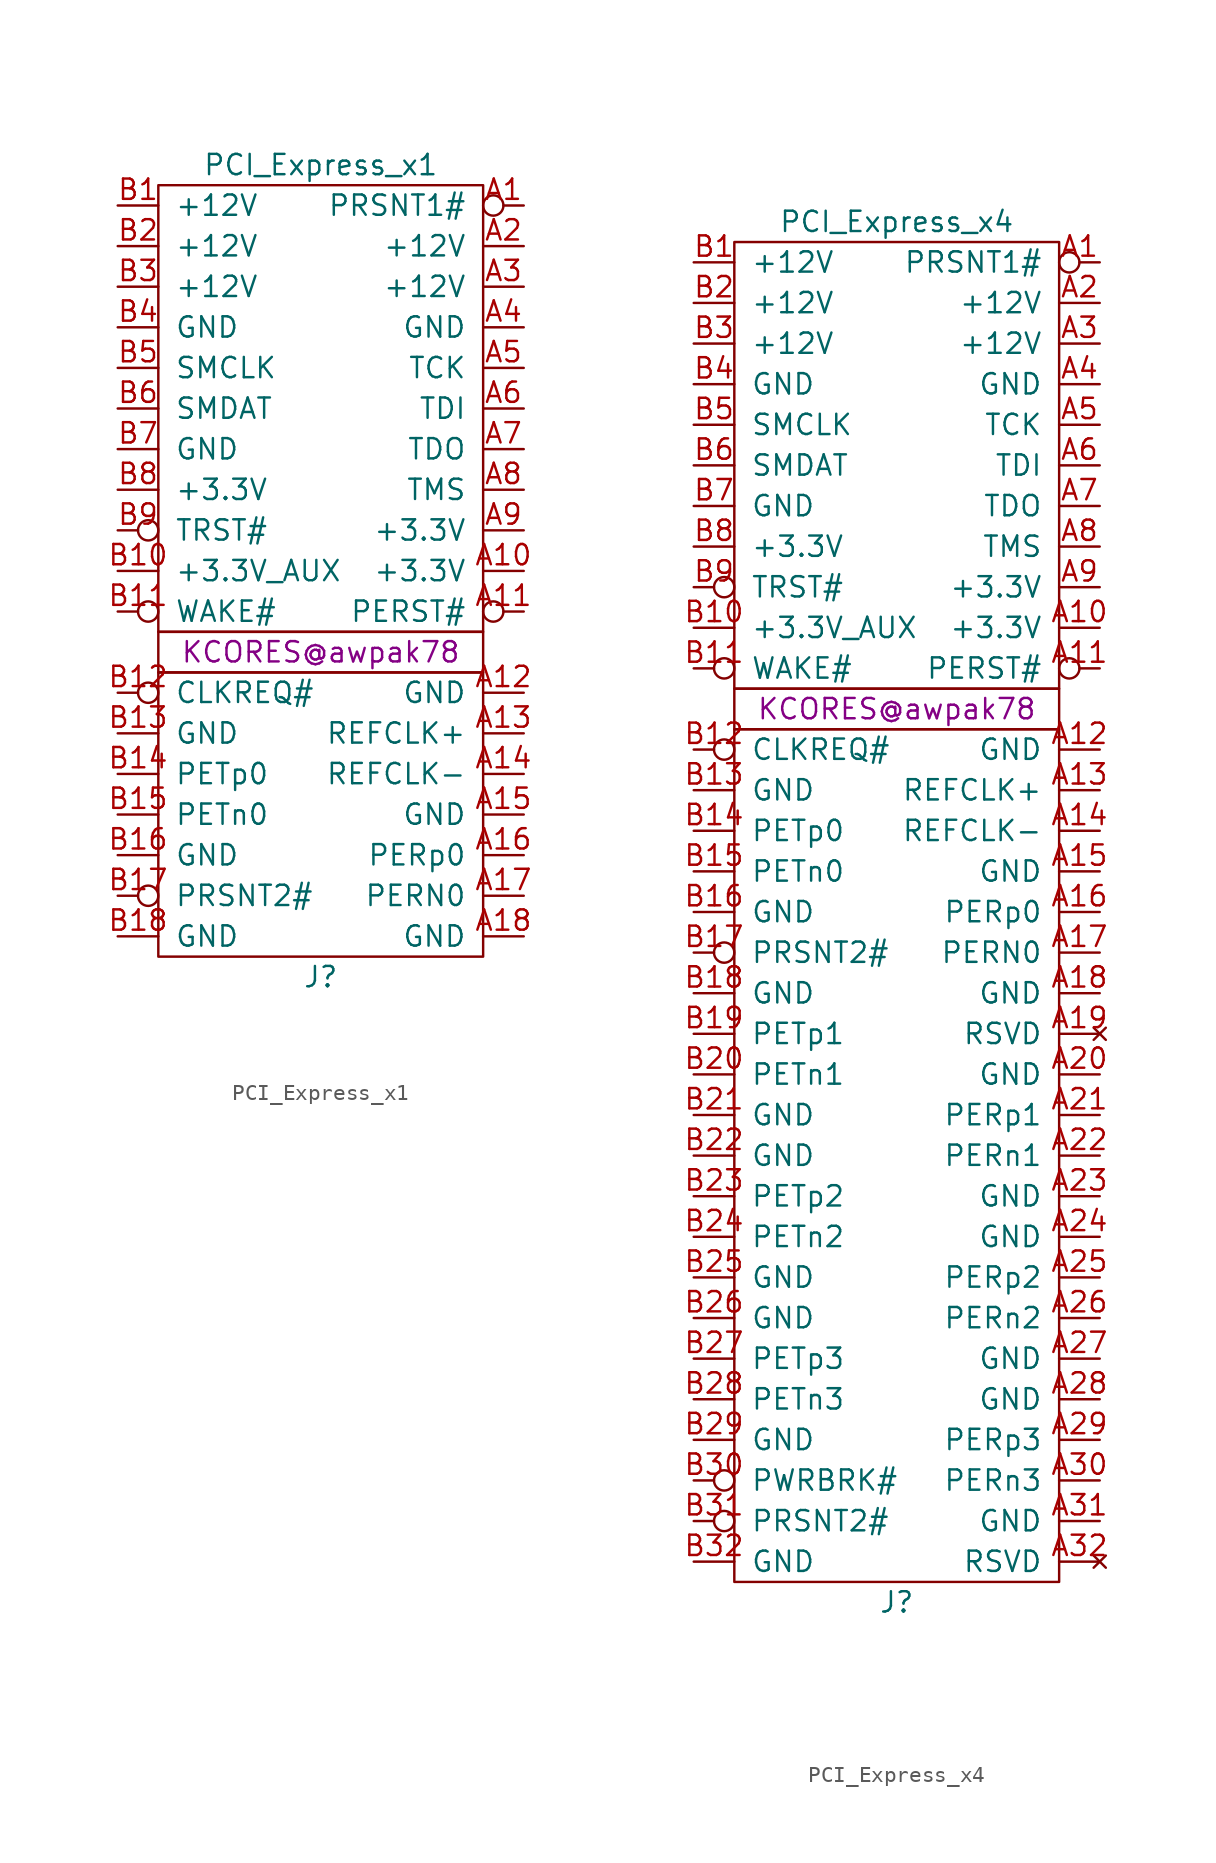
<source format=kicad_sym>
(kicad_symbol_lib
  (version 20211014)
  (generator kicad_symbol_editor)
  (symbol "PCI_Express_x1"
    (pin_names
      (offset 1.016))
    (property "Reference" "J"
      (at 0 -20.32 0)
      (effects (font (size 1.27 1.27))))
    (property "Value" "PCI_Express_x1"
      (at 0 30.48 0)
      (effects (font (size 1.27 1.27))))
    (property "Author" "KCORES@awpak78"
      (at 0 0 0)
      (effects (font (size 1.27 1.27))))
    (symbol "PCI_Express_x1_0_1"
      (rectangle (start -10.16 -1.27) (end 10.16 -19.05) (stroke (width 0) (type default) (color 0 0 0 0)) (fill (type none)))
      (rectangle (start -10.16 1.27) (end 10.16 -1.27) (stroke (width 0) (type default) (color 0 0 0 0)) (fill (type none)))
      (rectangle (start -10.16 29.21) (end 10.16 1.27) (stroke (width 0) (type default) (color 0 0 0 0)) (fill (type none))))
    (symbol "PCI_Express_x1_1_1"
      (pin passive inverted (at 12.7 27.94 180) (length 2.54) (name "PRSNT1#" (effects (font (size 1.27 1.27)))) (number "A1" (effects (font (size 1.27 1.27)))))
      (pin passive line (at 12.7 5.08 180) (length 2.54) (name "+3.3V" (effects (font (size 1.27 1.27)))) (number "A10" (effects (font (size 1.27 1.27)))))
      (pin passive inverted (at 12.7 2.54 180) (length 2.54) (name "PERST#" (effects (font (size 1.27 1.27)))) (number "A11" (effects (font (size 1.27 1.27)))))
      (pin passive line (at 12.7 -2.54 180) (length 2.54) (name "GND" (effects (font (size 1.27 1.27)))) (number "A12" (effects (font (size 1.27 1.27)))))
      (pin passive line (at 12.7 -5.08 180) (length 2.54) (name "REFCLK+" (effects (font (size 1.27 1.27)))) (number "A13" (effects (font (size 1.27 1.27)))))
      (pin passive line (at 12.7 -7.62 180) (length 2.54) (name "REFCLK-" (effects (font (size 1.27 1.27)))) (number "A14" (effects (font (size 1.27 1.27)))))
      (pin passive line (at 12.7 -10.16 180) (length 2.54) (name "GND" (effects (font (size 1.27 1.27)))) (number "A15" (effects (font (size 1.27 1.27)))))
      (pin passive line (at 12.7 -12.7 180) (length 2.54) (name "PERp0" (effects (font (size 1.27 1.27)))) (number "A16" (effects (font (size 1.27 1.27)))))
      (pin passive line (at 12.7 -15.24 180) (length 2.54) (name "PERN0" (effects (font (size 1.27 1.27)))) (number "A17" (effects (font (size 1.27 1.27)))))
      (pin passive line (at 12.7 -17.78 180) (length 2.54) (name "GND" (effects (font (size 1.27 1.27)))) (number "A18" (effects (font (size 1.27 1.27)))))
      (pin passive line (at 12.7 25.4 180) (length 2.54) (name "+12V" (effects (font (size 1.27 1.27)))) (number "A2" (effects (font (size 1.27 1.27)))))
      (pin passive line (at 12.7 22.86 180) (length 2.54) (name "+12V" (effects (font (size 1.27 1.27)))) (number "A3" (effects (font (size 1.27 1.27)))))
      (pin passive line (at 12.7 20.32 180) (length 2.54) (name "GND" (effects (font (size 1.27 1.27)))) (number "A4" (effects (font (size 1.27 1.27)))))
      (pin passive line (at 12.7 17.78 180) (length 2.54) (name "TCK" (effects (font (size 1.27 1.27)))) (number "A5" (effects (font (size 1.27 1.27)))))
      (pin passive line (at 12.7 15.24 180) (length 2.54) (name "TDI" (effects (font (size 1.27 1.27)))) (number "A6" (effects (font (size 1.27 1.27)))))
      (pin passive line (at 12.7 12.7 180) (length 2.54) (name "TDO" (effects (font (size 1.27 1.27)))) (number "A7" (effects (font (size 1.27 1.27)))))
      (pin passive line (at 12.7 10.16 180) (length 2.54) (name "TMS" (effects (font (size 1.27 1.27)))) (number "A8" (effects (font (size 1.27 1.27)))))
      (pin passive line (at 12.7 7.62 180) (length 2.54) (name "+3.3V" (effects (font (size 1.27 1.27)))) (number "A9" (effects (font (size 1.27 1.27)))))
      (pin passive line (at -12.7 27.94 0) (length 2.54) (name "+12V" (effects (font (size 1.27 1.27)))) (number "B1" (effects (font (size 1.27 1.27)))))
      (pin passive line (at -12.7 5.08 0) (length 2.54) (name "+3.3V_AUX" (effects (font (size 1.27 1.27)))) (number "B10" (effects (font (size 1.27 1.27)))))
      (pin passive inverted (at -12.7 2.54 0) (length 2.54) (name "WAKE#" (effects (font (size 1.27 1.27)))) (number "B11" (effects (font (size 1.27 1.27)))))
      (pin passive inverted (at -12.7 -2.54 0) (length 2.54) (name "CLKREQ#" (effects (font (size 1.27 1.27)))) (number "B12" (effects (font (size 1.27 1.27)))))
      (pin passive line (at -12.7 -5.08 0) (length 2.54) (name "GND" (effects (font (size 1.27 1.27)))) (number "B13" (effects (font (size 1.27 1.27)))))
      (pin passive line (at -12.7 -7.62 0) (length 2.54) (name "PETp0" (effects (font (size 1.27 1.27)))) (number "B14" (effects (font (size 1.27 1.27)))))
      (pin passive line (at -12.7 -10.16 0) (length 2.54) (name "PETn0" (effects (font (size 1.27 1.27)))) (number "B15" (effects (font (size 1.27 1.27)))))
      (pin passive line (at -12.7 -12.7 0) (length 2.54) (name "GND" (effects (font (size 1.27 1.27)))) (number "B16" (effects (font (size 1.27 1.27)))))
      (pin passive inverted (at -12.7 -15.24 0) (length 2.54) (name "PRSNT2#" (effects (font (size 1.27 1.27)))) (number "B17" (effects (font (size 1.27 1.27)))))
      (pin passive line (at -12.7 -17.78 0) (length 2.54) (name "GND" (effects (font (size 1.27 1.27)))) (number "B18" (effects (font (size 1.27 1.27)))))
      (pin passive line (at -12.7 25.4 0) (length 2.54) (name "+12V" (effects (font (size 1.27 1.27)))) (number "B2" (effects (font (size 1.27 1.27)))))
      (pin passive line (at -12.7 22.86 0) (length 2.54) (name "+12V" (effects (font (size 1.27 1.27)))) (number "B3" (effects (font (size 1.27 1.27)))))
      (pin passive line (at -12.7 20.32 0) (length 2.54) (name "GND" (effects (font (size 1.27 1.27)))) (number "B4" (effects (font (size 1.27 1.27)))))
      (pin passive line (at -12.7 17.78 0) (length 2.54) (name "SMCLK" (effects (font (size 1.27 1.27)))) (number "B5" (effects (font (size 1.27 1.27)))))
      (pin passive line (at -12.7 15.24 0) (length 2.54) (name "SMDAT" (effects (font (size 1.27 1.27)))) (number "B6" (effects (font (size 1.27 1.27)))))
      (pin passive line (at -12.7 12.7 0) (length 2.54) (name "GND" (effects (font (size 1.27 1.27)))) (number "B7" (effects (font (size 1.27 1.27)))))
      (pin passive line (at -12.7 10.16 0) (length 2.54) (name "+3.3V" (effects (font (size 1.27 1.27)))) (number "B8" (effects (font (size 1.27 1.27)))))
      (pin passive inverted (at -12.7 7.62 0) (length 2.54) (name "TRST#" (effects (font (size 1.27 1.27)))) (number "B9" (effects (font (size 1.27 1.27)))))))
  (symbol "PCI_Express_x4"
    (pin_names
      (offset 1.016))
    (property "Reference" "J"
      (at 0 -55.88 0)
      (effects (font (size 1.27 1.27))))
    (property "Value" "PCI_Express_x4"
      (at 0 30.48 0)
      (effects (font (size 1.27 1.27))))
    (property "Author" "KCORES@awpak78"
      (at 0 0 0)
      (effects (font (size 1.27 1.27))))
    (symbol "PCI_Express_x4_0_1"
      (rectangle (start -10.16 -1.27) (end 10.16 -54.61) (stroke (width 0) (type default) (color 0 0 0 0)) (fill (type none)))
      (rectangle (start -10.16 1.27) (end 10.16 -1.27) (stroke (width 0) (type default) (color 0 0 0 0)) (fill (type none)))
      (rectangle (start -10.16 29.21) (end 10.16 1.27) (stroke (width 0) (type default) (color 0 0 0 0)) (fill (type none))))
    (symbol "PCI_Express_x4_1_1"
      (pin passive inverted (at 12.7 27.94 180) (length 2.54) (name "PRSNT1#" (effects (font (size 1.27 1.27)))) (number "A1" (effects (font (size 1.27 1.27)))))
      (pin passive line (at 12.7 5.08 180) (length 2.54) (name "+3.3V" (effects (font (size 1.27 1.27)))) (number "A10" (effects (font (size 1.27 1.27)))))
      (pin passive inverted (at 12.7 2.54 180) (length 2.54) (name "PERST#" (effects (font (size 1.27 1.27)))) (number "A11" (effects (font (size 1.27 1.27)))))
      (pin passive line (at 12.7 -2.54 180) (length 2.54) (name "GND" (effects (font (size 1.27 1.27)))) (number "A12" (effects (font (size 1.27 1.27)))))
      (pin passive line (at 12.7 -5.08 180) (length 2.54) (name "REFCLK+" (effects (font (size 1.27 1.27)))) (number "A13" (effects (font (size 1.27 1.27)))))
      (pin passive line (at 12.7 -7.62 180) (length 2.54) (name "REFCLK-" (effects (font (size 1.27 1.27)))) (number "A14" (effects (font (size 1.27 1.27)))))
      (pin passive line (at 12.7 -10.16 180) (length 2.54) (name "GND" (effects (font (size 1.27 1.27)))) (number "A15" (effects (font (size 1.27 1.27)))))
      (pin passive line (at 12.7 -12.7 180) (length 2.54) (name "PERp0" (effects (font (size 1.27 1.27)))) (number "A16" (effects (font (size 1.27 1.27)))))
      (pin passive line (at 12.7 -15.24 180) (length 2.54) (name "PERN0" (effects (font (size 1.27 1.27)))) (number "A17" (effects (font (size 1.27 1.27)))))
      (pin passive line (at 12.7 -17.78 180) (length 2.54) (name "GND" (effects (font (size 1.27 1.27)))) (number "A18" (effects (font (size 1.27 1.27)))))
      (pin no_connect line (at 12.7 -20.32 180) (length 2.54) (name "RSVD" (effects (font (size 1.27 1.27)))) (number "A19" (effects (font (size 1.27 1.27)))))
      (pin passive line (at 12.7 25.4 180) (length 2.54) (name "+12V" (effects (font (size 1.27 1.27)))) (number "A2" (effects (font (size 1.27 1.27)))))
      (pin passive line (at 12.7 -22.86 180) (length 2.54) (name "GND" (effects (font (size 1.27 1.27)))) (number "A20" (effects (font (size 1.27 1.27)))))
      (pin passive line (at 12.7 -25.4 180) (length 2.54) (name "PERp1" (effects (font (size 1.27 1.27)))) (number "A21" (effects (font (size 1.27 1.27)))))
      (pin passive line (at 12.7 -27.94 180) (length 2.54) (name "PERn1" (effects (font (size 1.27 1.27)))) (number "A22" (effects (font (size 1.27 1.27)))))
      (pin passive line (at 12.7 -30.48 180) (length 2.54) (name "GND" (effects (font (size 1.27 1.27)))) (number "A23" (effects (font (size 1.27 1.27)))))
      (pin passive line (at 12.7 -33.02 180) (length 2.54) (name "GND" (effects (font (size 1.27 1.27)))) (number "A24" (effects (font (size 1.27 1.27)))))
      (pin passive line (at 12.7 -35.56 180) (length 2.54) (name "PERp2" (effects (font (size 1.27 1.27)))) (number "A25" (effects (font (size 1.27 1.27)))))
      (pin passive line (at 12.7 -38.1 180) (length 2.54) (name "PERn2" (effects (font (size 1.27 1.27)))) (number "A26" (effects (font (size 1.27 1.27)))))
      (pin passive line (at 12.7 -40.64 180) (length 2.54) (name "GND" (effects (font (size 1.27 1.27)))) (number "A27" (effects (font (size 1.27 1.27)))))
      (pin passive line (at 12.7 -43.18 180) (length 2.54) (name "GND" (effects (font (size 1.27 1.27)))) (number "A28" (effects (font (size 1.27 1.27)))))
      (pin passive line (at 12.7 -45.72 180) (length 2.54) (name "PERp3" (effects (font (size 1.27 1.27)))) (number "A29" (effects (font (size 1.27 1.27)))))
      (pin passive line (at 12.7 22.86 180) (length 2.54) (name "+12V" (effects (font (size 1.27 1.27)))) (number "A3" (effects (font (size 1.27 1.27)))))
      (pin passive line (at 12.7 -48.26 180) (length 2.54) (name "PERn3" (effects (font (size 1.27 1.27)))) (number "A30" (effects (font (size 1.27 1.27)))))
      (pin passive line (at 12.7 -50.8 180) (length 2.54) (name "GND" (effects (font (size 1.27 1.27)))) (number "A31" (effects (font (size 1.27 1.27)))))
      (pin no_connect line (at 12.7 -53.34 180) (length 2.54) (name "RSVD" (effects (font (size 1.27 1.27)))) (number "A32" (effects (font (size 1.27 1.27)))))
      (pin passive line (at 12.7 20.32 180) (length 2.54) (name "GND" (effects (font (size 1.27 1.27)))) (number "A4" (effects (font (size 1.27 1.27)))))
      (pin passive line (at 12.7 17.78 180) (length 2.54) (name "TCK" (effects (font (size 1.27 1.27)))) (number "A5" (effects (font (size 1.27 1.27)))))
      (pin passive line (at 12.7 15.24 180) (length 2.54) (name "TDI" (effects (font (size 1.27 1.27)))) (number "A6" (effects (font (size 1.27 1.27)))))
      (pin passive line (at 12.7 12.7 180) (length 2.54) (name "TDO" (effects (font (size 1.27 1.27)))) (number "A7" (effects (font (size 1.27 1.27)))))
      (pin passive line (at 12.7 10.16 180) (length 2.54) (name "TMS" (effects (font (size 1.27 1.27)))) (number "A8" (effects (font (size 1.27 1.27)))))
      (pin passive line (at 12.7 7.62 180) (length 2.54) (name "+3.3V" (effects (font (size 1.27 1.27)))) (number "A9" (effects (font (size 1.27 1.27)))))
      (pin passive line (at -12.7 27.94 0) (length 2.54) (name "+12V" (effects (font (size 1.27 1.27)))) (number "B1" (effects (font (size 1.27 1.27)))))
      (pin passive line (at -12.7 5.08 0) (length 2.54) (name "+3.3V_AUX" (effects (font (size 1.27 1.27)))) (number "B10" (effects (font (size 1.27 1.27)))))
      (pin passive inverted (at -12.7 2.54 0) (length 2.54) (name "WAKE#" (effects (font (size 1.27 1.27)))) (number "B11" (effects (font (size 1.27 1.27)))))
      (pin passive inverted (at -12.7 -2.54 0) (length 2.54) (name "CLKREQ#" (effects (font (size 1.27 1.27)))) (number "B12" (effects (font (size 1.27 1.27)))))
      (pin passive line (at -12.7 -5.08 0) (length 2.54) (name "GND" (effects (font (size 1.27 1.27)))) (number "B13" (effects (font (size 1.27 1.27)))))
      (pin passive line (at -12.7 -7.62 0) (length 2.54) (name "PETp0" (effects (font (size 1.27 1.27)))) (number "B14" (effects (font (size 1.27 1.27)))))
      (pin passive line (at -12.7 -10.16 0) (length 2.54) (name "PETn0" (effects (font (size 1.27 1.27)))) (number "B15" (effects (font (size 1.27 1.27)))))
      (pin passive line (at -12.7 -12.7 0) (length 2.54) (name "GND" (effects (font (size 1.27 1.27)))) (number "B16" (effects (font (size 1.27 1.27)))))
      (pin passive inverted (at -12.7 -15.24 0) (length 2.54) (name "PRSNT2#" (effects (font (size 1.27 1.27)))) (number "B17" (effects (font (size 1.27 1.27)))))
      (pin passive line (at -12.7 -17.78 0) (length 2.54) (name "GND" (effects (font (size 1.27 1.27)))) (number "B18" (effects (font (size 1.27 1.27)))))
      (pin passive line (at -12.7 -20.32 0) (length 2.54) (name "PETp1" (effects (font (size 1.27 1.27)))) (number "B19" (effects (font (size 1.27 1.27)))))
      (pin passive line (at -12.7 25.4 0) (length 2.54) (name "+12V" (effects (font (size 1.27 1.27)))) (number "B2" (effects (font (size 1.27 1.27)))))
      (pin passive line (at -12.7 -22.86 0) (length 2.54) (name "PETn1" (effects (font (size 1.27 1.27)))) (number "B20" (effects (font (size 1.27 1.27)))))
      (pin passive line (at -12.7 -25.4 0) (length 2.54) (name "GND" (effects (font (size 1.27 1.27)))) (number "B21" (effects (font (size 1.27 1.27)))))
      (pin passive line (at -12.7 -27.94 0) (length 2.54) (name "GND" (effects (font (size 1.27 1.27)))) (number "B22" (effects (font (size 1.27 1.27)))))
      (pin passive line (at -12.7 -30.48 0) (length 2.54) (name "PETp2" (effects (font (size 1.27 1.27)))) (number "B23" (effects (font (size 1.27 1.27)))))
      (pin passive line (at -12.7 -33.02 0) (length 2.54) (name "PETn2" (effects (font (size 1.27 1.27)))) (number "B24" (effects (font (size 1.27 1.27)))))
      (pin passive line (at -12.7 -35.56 0) (length 2.54) (name "GND" (effects (font (size 1.27 1.27)))) (number "B25" (effects (font (size 1.27 1.27)))))
      (pin passive line (at -12.7 -38.1 0) (length 2.54) (name "GND" (effects (font (size 1.27 1.27)))) (number "B26" (effects (font (size 1.27 1.27)))))
      (pin passive line (at -12.7 -40.64 0) (length 2.54) (name "PETp3" (effects (font (size 1.27 1.27)))) (number "B27" (effects (font (size 1.27 1.27)))))
      (pin passive line (at -12.7 -43.18 0) (length 2.54) (name "PETn3" (effects (font (size 1.27 1.27)))) (number "B28" (effects (font (size 1.27 1.27)))))
      (pin passive line (at -12.7 -45.72 0) (length 2.54) (name "GND" (effects (font (size 1.27 1.27)))) (number "B29" (effects (font (size 1.27 1.27)))))
      (pin passive line (at -12.7 22.86 0) (length 2.54) (name "+12V" (effects (font (size 1.27 1.27)))) (number "B3" (effects (font (size 1.27 1.27)))))
      (pin passive inverted (at -12.7 -48.26 0) (length 2.54) (name "PWRBRK#" (effects (font (size 1.27 1.27)))) (number "B30" (effects (font (size 1.27 1.27)))))
      (pin passive inverted (at -12.7 -50.8 0) (length 2.54) (name "PRSNT2#" (effects (font (size 1.27 1.27)))) (number "B31" (effects (font (size 1.27 1.27)))))
      (pin passive line (at -12.7 -53.34 0) (length 2.54) (name "GND" (effects (font (size 1.27 1.27)))) (number "B32" (effects (font (size 1.27 1.27)))))
      (pin passive line (at -12.7 20.32 0) (length 2.54) (name "GND" (effects (font (size 1.27 1.27)))) (number "B4" (effects (font (size 1.27 1.27)))))
      (pin passive line (at -12.7 17.78 0) (length 2.54) (name "SMCLK" (effects (font (size 1.27 1.27)))) (number "B5" (effects (font (size 1.27 1.27)))))
      (pin passive line (at -12.7 15.24 0) (length 2.54) (name "SMDAT" (effects (font (size 1.27 1.27)))) (number "B6" (effects (font (size 1.27 1.27)))))
      (pin passive line (at -12.7 12.7 0) (length 2.54) (name "GND" (effects (font (size 1.27 1.27)))) (number "B7" (effects (font (size 1.27 1.27)))))
      (pin passive line (at -12.7 10.16 0) (length 2.54) (name "+3.3V" (effects (font (size 1.27 1.27)))) (number "B8" (effects (font (size 1.27 1.27)))))
      (pin passive inverted (at -12.7 7.62 0) (length 2.54) (name "TRST#" (effects (font (size 1.27 1.27)))) (number "B9" (effects (font (size 1.27 1.27))))))))
</source>
